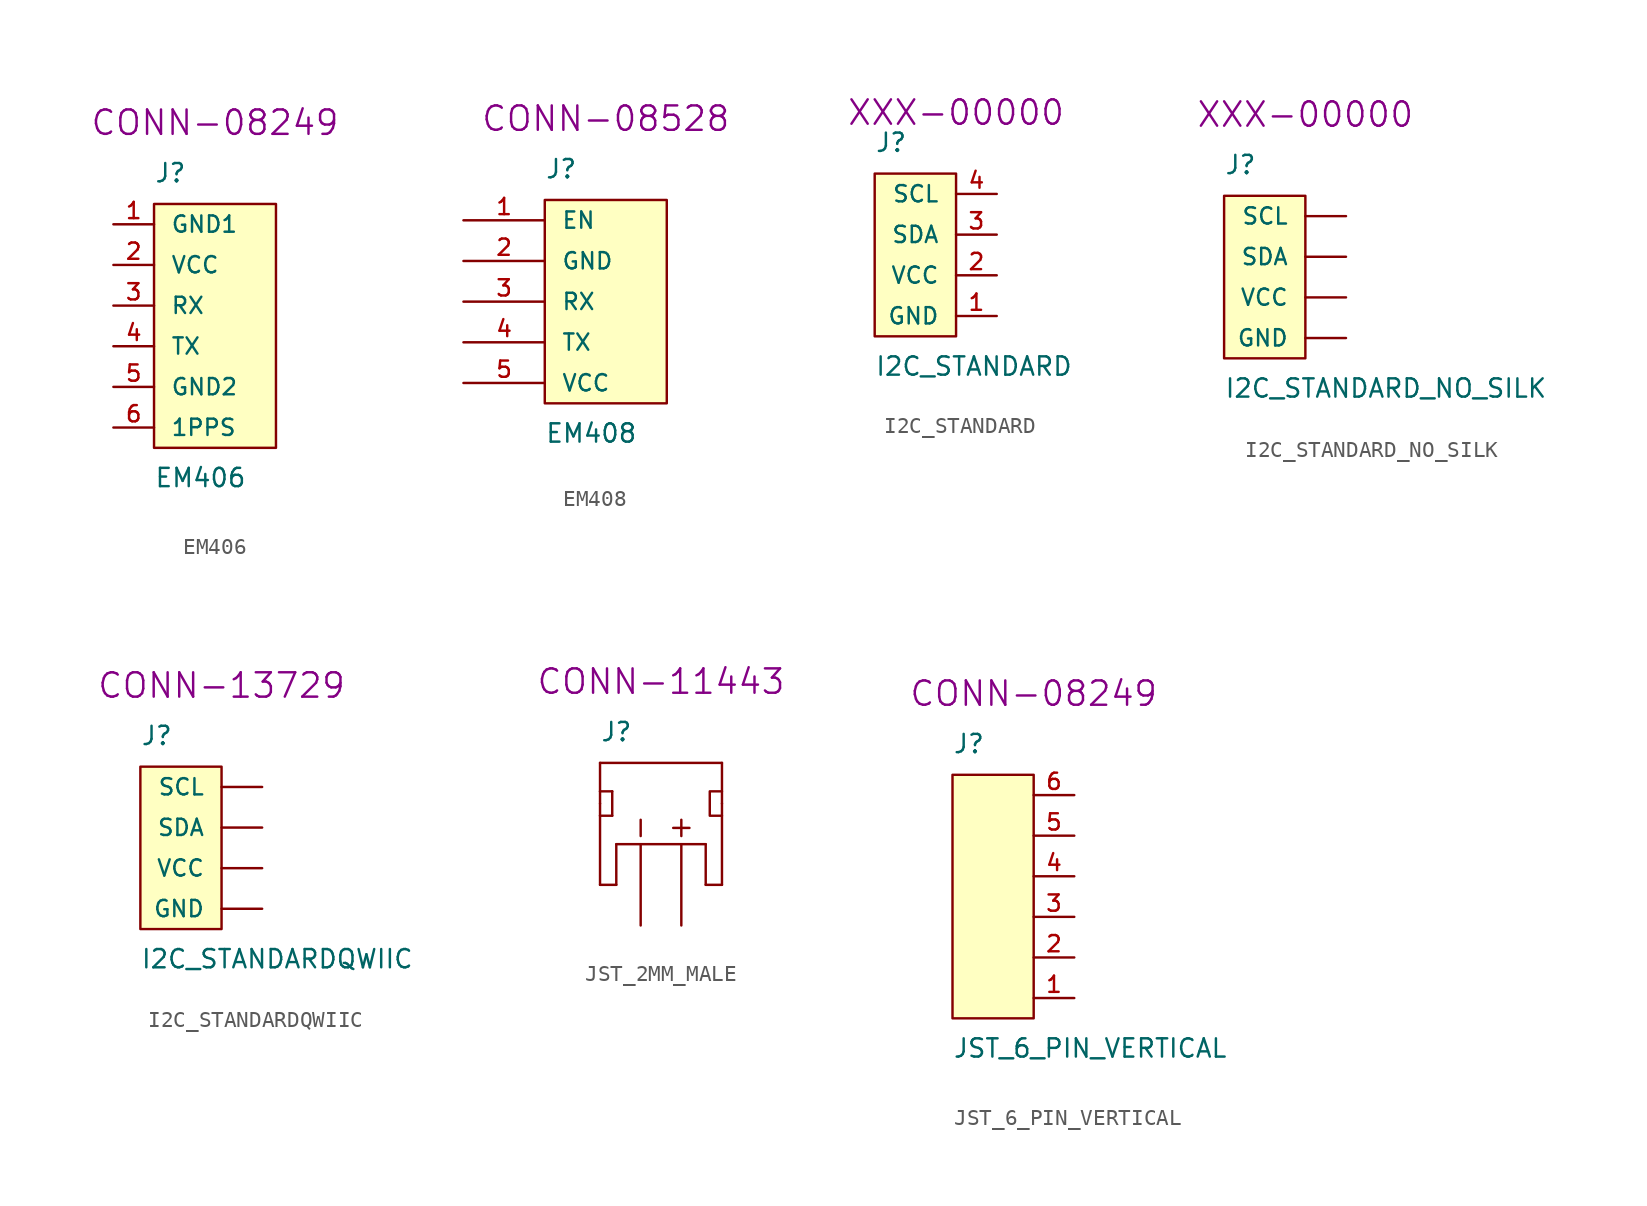
<source format=kicad_sym>
(kicad_symbol_lib
  (version 20201005)
  (generator kicad_symbol_editor)
  (symbol "EM406"
    (pin_names
      (offset 1.016))
    (property "Reference" "J"
      (at -3.81 10.16 0)
      (effects (font (size 1.143 1.143)) (justify left bottom)))
    (property "Value" "EM406"
      (at -3.81 -8.89 0)
      (effects (font (size 1.143 1.143)) (justify left bottom)))
    (property "Field4" "CONN-08249"
      (at 0 13.97 0)
      (effects (font (size 1.524 1.524))))
    (property "ki_locked" ""
      (at 0 0 0)
      (effects (font (size 1.27 1.27))))
    (symbol "EM406_1_1"
      (polyline (pts (xy -3.81 8.89) (xy 3.81 8.89) (xy 3.81 -6.35) (xy -3.81 -6.35) (xy -3.81 8.89)) (stroke (width 0)) (fill (type background)))
      (pin bidirectional line (at -6.35 7.62 0) (length 2.54) (name "GND1" (effects (font (size 1.016 1.016)))) (number "1" (effects (font (size 1.016 1.016)))))
      (pin bidirectional line (at -6.35 5.08 0) (length 2.54) (name "VCC" (effects (font (size 1.016 1.016)))) (number "2" (effects (font (size 1.016 1.016)))))
      (pin bidirectional line (at -6.35 2.54 0) (length 2.54) (name "RX" (effects (font (size 1.016 1.016)))) (number "3" (effects (font (size 1.016 1.016)))))
      (pin bidirectional line (at -6.35 0 0) (length 2.54) (name "TX" (effects (font (size 1.016 1.016)))) (number "4" (effects (font (size 1.016 1.016)))))
      (pin bidirectional line (at -6.35 -2.54 0) (length 2.54) (name "GND2" (effects (font (size 1.016 1.016)))) (number "5" (effects (font (size 1.016 1.016)))))
      (pin bidirectional line (at -6.35 -5.08 0) (length 2.54) (name "1PPS" (effects (font (size 1.016 1.016)))) (number "6" (effects (font (size 1.016 1.016)))))))
  (symbol "EM408"
    (pin_names
      (offset 1.016))
    (property "Reference" "J"
      (at -3.81 7.62 0)
      (effects (font (size 1.143 1.143)) (justify left bottom)))
    (property "Value" "EM408"
      (at -3.81 -8.89 0)
      (effects (font (size 1.143 1.143)) (justify left bottom)))
    (property "Field4" "CONN-08528"
      (at 0 11.43 0)
      (effects (font (size 1.524 1.524))))
    (property "ki_locked" ""
      (at 0 0 0)
      (effects (font (size 1.27 1.27))))
    (symbol "EM408_1_1"
      (polyline (pts (xy -3.81 6.35) (xy -3.81 -6.35) (xy 3.81 -6.35) (xy 3.81 6.35) (xy -3.81 6.35)) (stroke (width 0)) (fill (type background)))
      (pin bidirectional line (at -8.89 5.08 0) (length 5.08) (name "EN" (effects (font (size 1.016 1.016)))) (number "1" (effects (font (size 1.016 1.016)))))
      (pin power_in line (at -8.89 2.54 0) (length 5.08) (name "GND" (effects (font (size 1.016 1.016)))) (number "2" (effects (font (size 1.016 1.016)))))
      (pin bidirectional line (at -8.89 0 0) (length 5.08) (name "RX" (effects (font (size 1.016 1.016)))) (number "3" (effects (font (size 1.016 1.016)))))
      (pin bidirectional line (at -8.89 -2.54 0) (length 5.08) (name "TX" (effects (font (size 1.016 1.016)))) (number "4" (effects (font (size 1.016 1.016)))))
      (pin power_in line (at -8.89 -5.08 0) (length 5.08) (name "VCC" (effects (font (size 1.016 1.016)))) (number "5" (effects (font (size 1.016 1.016)))))))
  (symbol "I2C_STANDARD"
    (pin_names
      (offset 1.016))
    (property "Reference" "J"
      (at -5.08 10.16 0)
      (effects (font (size 1.143 1.143)) (justify left bottom)))
    (property "Value" "I2C_STANDARD"
      (at -5.08 -3.81 0)
      (effects (font (size 1.143 1.143)) (justify left bottom)))
    (property "Field4" "XXX-00000"
      (at 0 12.7 0)
      (effects (font (size 1.524 1.524))))
    (symbol "I2C_STANDARD_1_0"
      (rectangle (start 0 -1.27) (end -5.08 8.89) (stroke (width 0)) (fill (type background))))
    (symbol "I2C_STANDARD_1_1"
      (pin power_in line (at 2.54 0 180) (length 2.54) (name "GND" (effects (font (size 1.016 1.016)))) (number "1" (effects (font (size 1.016 1.016)))))
      (pin power_in line (at 2.54 2.54 180) (length 2.54) (name "VCC" (effects (font (size 1.016 1.016)))) (number "2" (effects (font (size 1.016 1.016)))))
      (pin passive line (at 2.54 5.08 180) (length 2.54) (name "SDA" (effects (font (size 1.016 1.016)))) (number "3" (effects (font (size 1.016 1.016)))))
      (pin passive line (at 2.54 7.62 180) (length 2.54) (name "SCL" (effects (font (size 1.016 1.016)))) (number "4" (effects (font (size 1.016 1.016)))))))
  (symbol "I2C_STANDARD_NO_SILK"
    (pin_numbers hide)
    (pin_names
      (offset 1.016))
    (property "Reference" "J"
      (at -5.08 10.16 0)
      (effects (font (size 1.143 1.143)) (justify left bottom)))
    (property "Value" "I2C_STANDARD_NO_SILK"
      (at -5.08 -3.81 0)
      (effects (font (size 1.143 1.143)) (justify left bottom)))
    (property "Field4" "XXX-00000"
      (at 0 13.97 0)
      (effects (font (size 1.524 1.524))))
    (property "ki_locked" ""
      (at 0 0 0)
      (effects (font (size 1.27 1.27))))
    (symbol "I2C_STANDARD_NO_SILK_1_0"
      (rectangle (start 0 -1.27) (end -5.08 8.89) (stroke (width 0)) (fill (type background))))
    (symbol "I2C_STANDARD_NO_SILK_1_1"
      (pin power_in line (at 2.54 0 180) (length 2.54) (name "GND" (effects (font (size 1.016 1.016)))) (number "1" (effects (font (size 1.016 1.016)))))
      (pin power_in line (at 2.54 2.54 180) (length 2.54) (name "VCC" (effects (font (size 1.016 1.016)))) (number "2" (effects (font (size 1.016 1.016)))))
      (pin passive line (at 2.54 5.08 180) (length 2.54) (name "SDA" (effects (font (size 1.016 1.016)))) (number "3" (effects (font (size 1.016 1.016)))))
      (pin passive line (at 2.54 7.62 180) (length 2.54) (name "SCL" (effects (font (size 1.016 1.016)))) (number "4" (effects (font (size 1.016 1.016)))))))
  (symbol "I2C_STANDARDQWIIC"
    (pin_numbers hide)
    (pin_names
      (offset 1.016))
    (property "Reference" "J"
      (at -5.08 10.16 0)
      (effects (font (size 1.143 1.143)) (justify left bottom)))
    (property "Value" "I2C_STANDARDQWIIC"
      (at -5.08 -3.81 0)
      (effects (font (size 1.143 1.143)) (justify left bottom)))
    (property "Field4" "CONN-13729"
      (at 0 13.97 0)
      (effects (font (size 1.524 1.524))))
    (property "ki_locked" ""
      (at 0 0 0)
      (effects (font (size 1.27 1.27))))
    (symbol "I2C_STANDARDQWIIC_1_0"
      (rectangle (start 0 -1.27) (end -5.08 8.89) (stroke (width 0)) (fill (type background))))
    (symbol "I2C_STANDARDQWIIC_1_1"
      (pin power_in line (at 2.54 0 180) (length 2.54) (name "GND" (effects (font (size 1.016 1.016)))) (number "1" (effects (font (size 1.016 1.016)))))
      (pin power_in line (at 2.54 2.54 180) (length 2.54) (name "VCC" (effects (font (size 1.016 1.016)))) (number "2" (effects (font (size 1.016 1.016)))))
      (pin passive line (at 2.54 5.08 180) (length 2.54) (name "SDA" (effects (font (size 1.016 1.016)))) (number "3" (effects (font (size 1.016 1.016)))))
      (pin passive line (at 2.54 7.62 180) (length 2.54) (name "SCL" (effects (font (size 1.016 1.016)))) (number "4" (effects (font (size 1.016 1.016)))))))
  (symbol "JST_2MM_MALE"
    (pin_numbers hide)
    (pin_names
      (offset 1.016) hide)
    (property "Reference" "J"
      (at -3.81 6.35 0)
      (effects (font (size 1.143 1.143)) (justify left bottom)))
    (property "Field4" "CONN-11443"
      (at 0 10.16 0)
      (effects (font (size 1.524 1.524))))
    (property "ki_locked" ""
      (at 0 0 0)
      (effects (font (size 1.27 1.27))))
    (symbol "JST_2MM_MALE_1_0"
      (polyline (pts (xy -3.81 -2.54) (xy -3.81 1.778)) (stroke (width 0)) (fill (type none)))
      (polyline (pts (xy -3.81 -2.54) (xy -2.794 -2.54)) (stroke (width 0)) (fill (type none)))
      (polyline (pts (xy -3.81 1.778) (xy -3.81 3.302)) (stroke (width 0)) (fill (type none)))
      (polyline (pts (xy -3.81 1.778) (xy -3.048 1.778)) (stroke (width 0)) (fill (type none)))
      (polyline (pts (xy -3.81 3.302) (xy -3.81 5.08)) (stroke (width 0)) (fill (type none)))
      (polyline (pts (xy -3.81 5.08) (xy 3.81 5.08)) (stroke (width 0)) (fill (type none)))
      (polyline (pts (xy -3.048 1.778) (xy -3.048 3.302)) (stroke (width 0)) (fill (type none)))
      (polyline (pts (xy -3.048 3.302) (xy -3.81 3.302)) (stroke (width 0)) (fill (type none)))
      (polyline (pts (xy -2.794 0) (xy -2.794 -2.54)) (stroke (width 0)) (fill (type none)))
      (polyline (pts (xy -1.27 0.508) (xy -1.27 1.524)) (stroke (width 0)) (fill (type none)))
      (polyline (pts (xy 0.762 1.016) (xy 1.778 1.016)) (stroke (width 0)) (fill (type none)))
      (polyline (pts (xy 1.27 0.508) (xy 1.27 1.524)) (stroke (width 0)) (fill (type none)))
      (polyline (pts (xy 2.794 -2.54) (xy 2.794 0)) (stroke (width 0)) (fill (type none)))
      (polyline (pts (xy 2.794 0) (xy -2.794 0)) (stroke (width 0)) (fill (type none)))
      (polyline (pts (xy 3.81 -2.54) (xy 2.794 -2.54)) (stroke (width 0)) (fill (type none)))
      (polyline (pts (xy 3.81 1.778) (xy 3.81 -2.54)) (stroke (width 0)) (fill (type none)))
      (polyline (pts (xy 3.81 5.08) (xy 3.81 3.302)) (stroke (width 0)) (fill (type none))))
    (symbol "JST_2MM_MALE_1_1"
      (polyline (pts (xy 3.81 1.778) (xy 3.048 1.778) (xy 3.048 3.302) (xy 3.81 3.302) (xy 3.81 1.778)) (stroke (width 0)) (fill (type none)))
      (pin bidirectional line (at -1.27 -5.08 90) (length 5.08) (name "-" (effects (font (size 1.016 1.016)))) (number "1" (effects (font (size 1.016 1.016)))))
      (pin bidirectional line (at 1.27 -5.08 90) (length 5.08) (name "+" (effects (font (size 1.016 1.016)))) (number "2" (effects (font (size 1.016 1.016)))))
      (pin bidirectional line (at -3.81 2.54 90) (length 0) (name "PAD1" (effects (font (size 1.016 1.016)))) (number "NC1" (effects (font (size 1.016 1.016)))))
      (pin bidirectional line (at 3.81 2.54 90) (length 0) (name "PAD2" (effects (font (size 1.016 1.016)))) (number "NC2" (effects (font (size 1.016 1.016)))))))
  (symbol "JST_6_PIN_VERTICAL"
    (pin_names
      (offset 1.016) hide)
    (property "Reference" "J"
      (at -5.08 15.24 0)
      (effects (font (size 1.143 1.143)) (justify left bottom)))
    (property "Value" "JST_6_PIN_VERTICAL"
      (at -5.08 -3.81 0)
      (effects (font (size 1.143 1.143)) (justify left bottom)))
    (property "Field4" "CONN-08249"
      (at 0 19.05 0)
      (effects (font (size 1.524 1.524))))
    (symbol "JST_6_PIN_VERTICAL_1_1"
      (polyline (pts (xy 0 -1.27) (xy -5.08 -1.27) (xy -5.08 13.97) (xy 0 13.97) (xy 0 -1.27)) (stroke (width 0)) (fill (type background)))
      (pin bidirectional line (at 2.54 0 180) (length 2.54) (name "1" (effects (font (size 1.016 1.016)))) (number "1" (effects (font (size 1.016 1.016)))))
      (pin bidirectional line (at 2.54 2.54 180) (length 2.54) (name "2" (effects (font (size 1.016 1.016)))) (number "2" (effects (font (size 1.016 1.016)))))
      (pin bidirectional line (at 2.54 5.08 180) (length 2.54) (name "3" (effects (font (size 1.016 1.016)))) (number "3" (effects (font (size 1.016 1.016)))))
      (pin bidirectional line (at 2.54 7.62 180) (length 2.54) (name "4" (effects (font (size 1.016 1.016)))) (number "4" (effects (font (size 1.016 1.016)))))
      (pin bidirectional line (at 2.54 10.16 180) (length 2.54) (name "5" (effects (font (size 1.016 1.016)))) (number "5" (effects (font (size 1.016 1.016)))))
      (pin bidirectional line (at 2.54 12.7 180) (length 2.54) (name "6" (effects (font (size 1.016 1.016)))) (number "6" (effects (font (size 1.016 1.016))))))))
</source>
